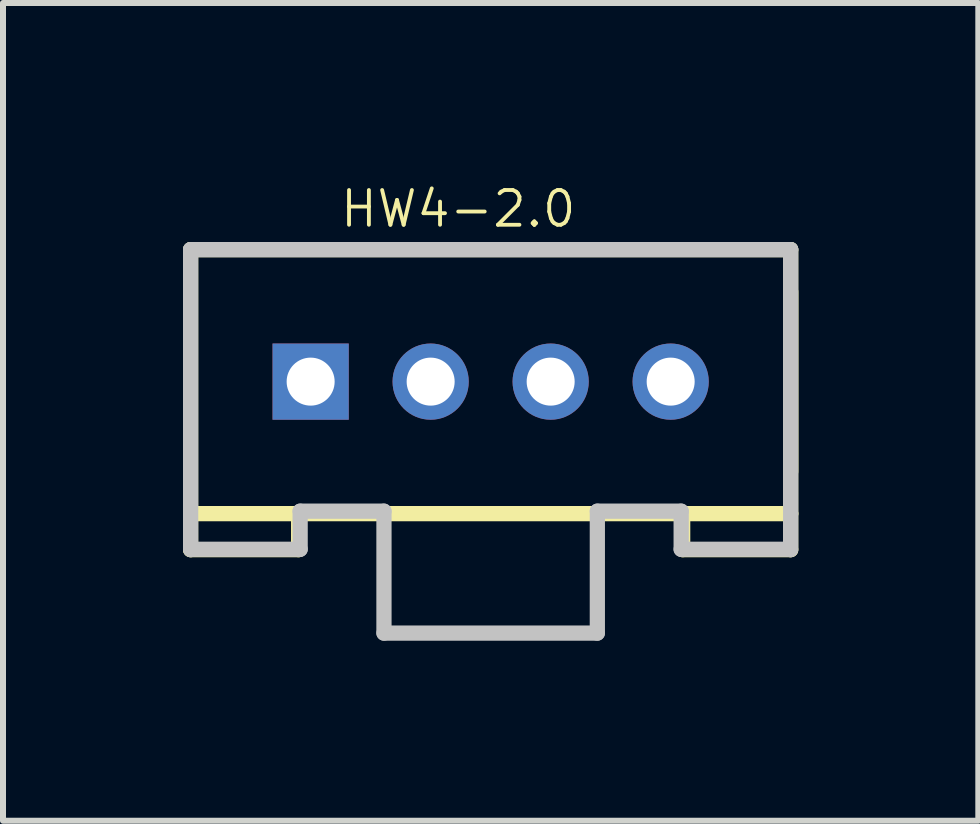
<source format=kicad_pcb>
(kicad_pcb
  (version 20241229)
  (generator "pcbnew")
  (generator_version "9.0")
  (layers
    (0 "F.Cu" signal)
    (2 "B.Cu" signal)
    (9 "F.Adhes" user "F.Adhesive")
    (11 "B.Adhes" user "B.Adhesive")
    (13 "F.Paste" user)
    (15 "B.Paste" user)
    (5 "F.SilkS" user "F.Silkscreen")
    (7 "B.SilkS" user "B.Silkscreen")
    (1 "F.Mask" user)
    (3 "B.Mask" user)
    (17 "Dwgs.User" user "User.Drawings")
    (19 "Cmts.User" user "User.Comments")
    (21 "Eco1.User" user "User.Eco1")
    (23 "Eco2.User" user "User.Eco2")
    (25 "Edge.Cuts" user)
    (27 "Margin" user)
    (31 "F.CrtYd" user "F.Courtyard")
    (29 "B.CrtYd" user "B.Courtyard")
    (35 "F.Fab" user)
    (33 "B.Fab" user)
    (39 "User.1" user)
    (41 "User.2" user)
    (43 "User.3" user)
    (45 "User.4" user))
  (footprint "HW4-2.0"
    (layer "F.Cu")
    (at 5.127 3.31)
    (property "Reference" "HW4-2.0" (at -2.54 -2.54 0) (layer "F.SilkS") (effects (font (size 0.579 0.579) (thickness 0.064)) (justify left bottom)))
    (attr through_hole)
    (fp_line (start -5 -2.2) (end -5 2.2) (stroke (width 0.254) (type solid)) (layer "F.SilkS"))
    (fp_line (start -5 -2.2) (end 5 -2.2) (stroke (width 0.254) (type solid)) (layer "F.SilkS"))
    (fp_line (start -5 -1) (end -5 1) (stroke (width 0.127) (type solid)) (layer "F.SilkS"))
    (fp_line (start -5 2.2) (end -5 2.8) (stroke (width 0.254) (type solid)) (layer "F.SilkS"))
    (fp_line (start -5 2.2) (end -3.2 2.2) (stroke (width 0.254) (type solid)) (layer "F.SilkS"))
    (fp_line (start -5 2.8) (end -3.2 2.8) (stroke (width 0.254) (type solid)) (layer "F.SilkS"))
    (fp_line (start -3.2 2.2) (end 3.2 2.2) (stroke (width 0.254) (type solid)) (layer "F.SilkS"))
    (fp_line (start -3.2 2.8) (end -3.2 2.2) (stroke (width 0.254) (type solid)) (layer "F.SilkS"))
    (fp_line (start 3.2 2.2) (end 3.2 2.8) (stroke (width 0.254) (type solid)) (layer "F.SilkS"))
    (fp_line (start 3.2 2.2) (end 5 2.2) (stroke (width 0.254) (type solid)) (layer "F.SilkS"))
    (fp_line (start 3.2 2.8) (end 5 2.8) (stroke (width 0.254) (type solid)) (layer "F.SilkS"))
    (fp_line (start 5 -1.5) (end 5 1.5) (stroke (width 0.254) (type solid)) (layer "F.SilkS"))
    (fp_line (start 5 2.2) (end 5 -2.2) (stroke (width 0.254) (type solid)) (layer "F.SilkS"))
    (fp_line (start 5 2.8) (end 5 2.2) (stroke (width 0.254) (type solid)) (layer "F.SilkS"))
    (fp_line (start -5 -2.2) (end 5 -2.2) (stroke (width 0.254) (type solid)) (layer "Dwgs.User"))
    (fp_line (start -5 2.8) (end -5 -2.2) (stroke (width 0.254) (type solid)) (layer "Dwgs.User"))
    (fp_line (start -4.953 2.794) (end -3.175 2.794) (stroke (width 0.254) (type solid)) (layer "Dwgs.User"))
    (fp_line (start -3.175 2.159) (end -1.778 2.159) (stroke (width 0.254) (type solid)) (layer "Dwgs.User"))
    (fp_line (start -3.175 2.794) (end -3.175 2.159) (stroke (width 0.254) (type solid)) (layer "Dwgs.User"))
    (fp_line (start -1.778 2.159) (end -1.778 4.191) (stroke (width 0.254) (type solid)) (layer "Dwgs.User"))
    (fp_line (start -1.778 4.191) (end 1.778 4.191) (stroke (width 0.254) (type solid)) (layer "Dwgs.User"))
    (fp_line (start 1.778 2.159) (end 3.175 2.159) (stroke (width 0.254) (type solid)) (layer "Dwgs.User"))
    (fp_line (start 1.778 4.191) (end 1.778 2.159) (stroke (width 0.254) (type solid)) (layer "Dwgs.User"))
    (fp_line (start 3.175 2.159) (end 3.175 2.794) (stroke (width 0.254) (type solid)) (layer "Dwgs.User"))
    (fp_line (start 3.175 2.794) (end 4.953 2.794) (stroke (width 0.254) (type solid)) (layer "Dwgs.User"))
    (fp_line (start 5 -2.2) (end 5 2.8) (stroke (width 0.254) (type solid)) (layer "Dwgs.User"))
    (pad "1" thru_hole rect (at -3 0) (size 1.27 1.27) (drill 0.8) (layers "*.Cu" "*.Mask"))
    (pad "2" thru_hole circle (at -1 0) (size 1.27 1.27) (drill 0.8) (layers "*.Cu" "*.Mask"))
    (pad "3" thru_hole circle (at 1 0) (size 1.27 1.27) (drill 0.8) (layers "*.Cu" "*.Mask"))
    (pad "4" thru_hole circle (at 3 0) (size 1.27 1.27) (drill 0.8) (layers "*.Cu" "*.Mask")))
  (gr_rect
    (start -3 -3)
    (end 13.254 10.628)
    (stroke (width 0.1) (type default))
    (fill no)
    (layer "Edge.Cuts")))
</source>
